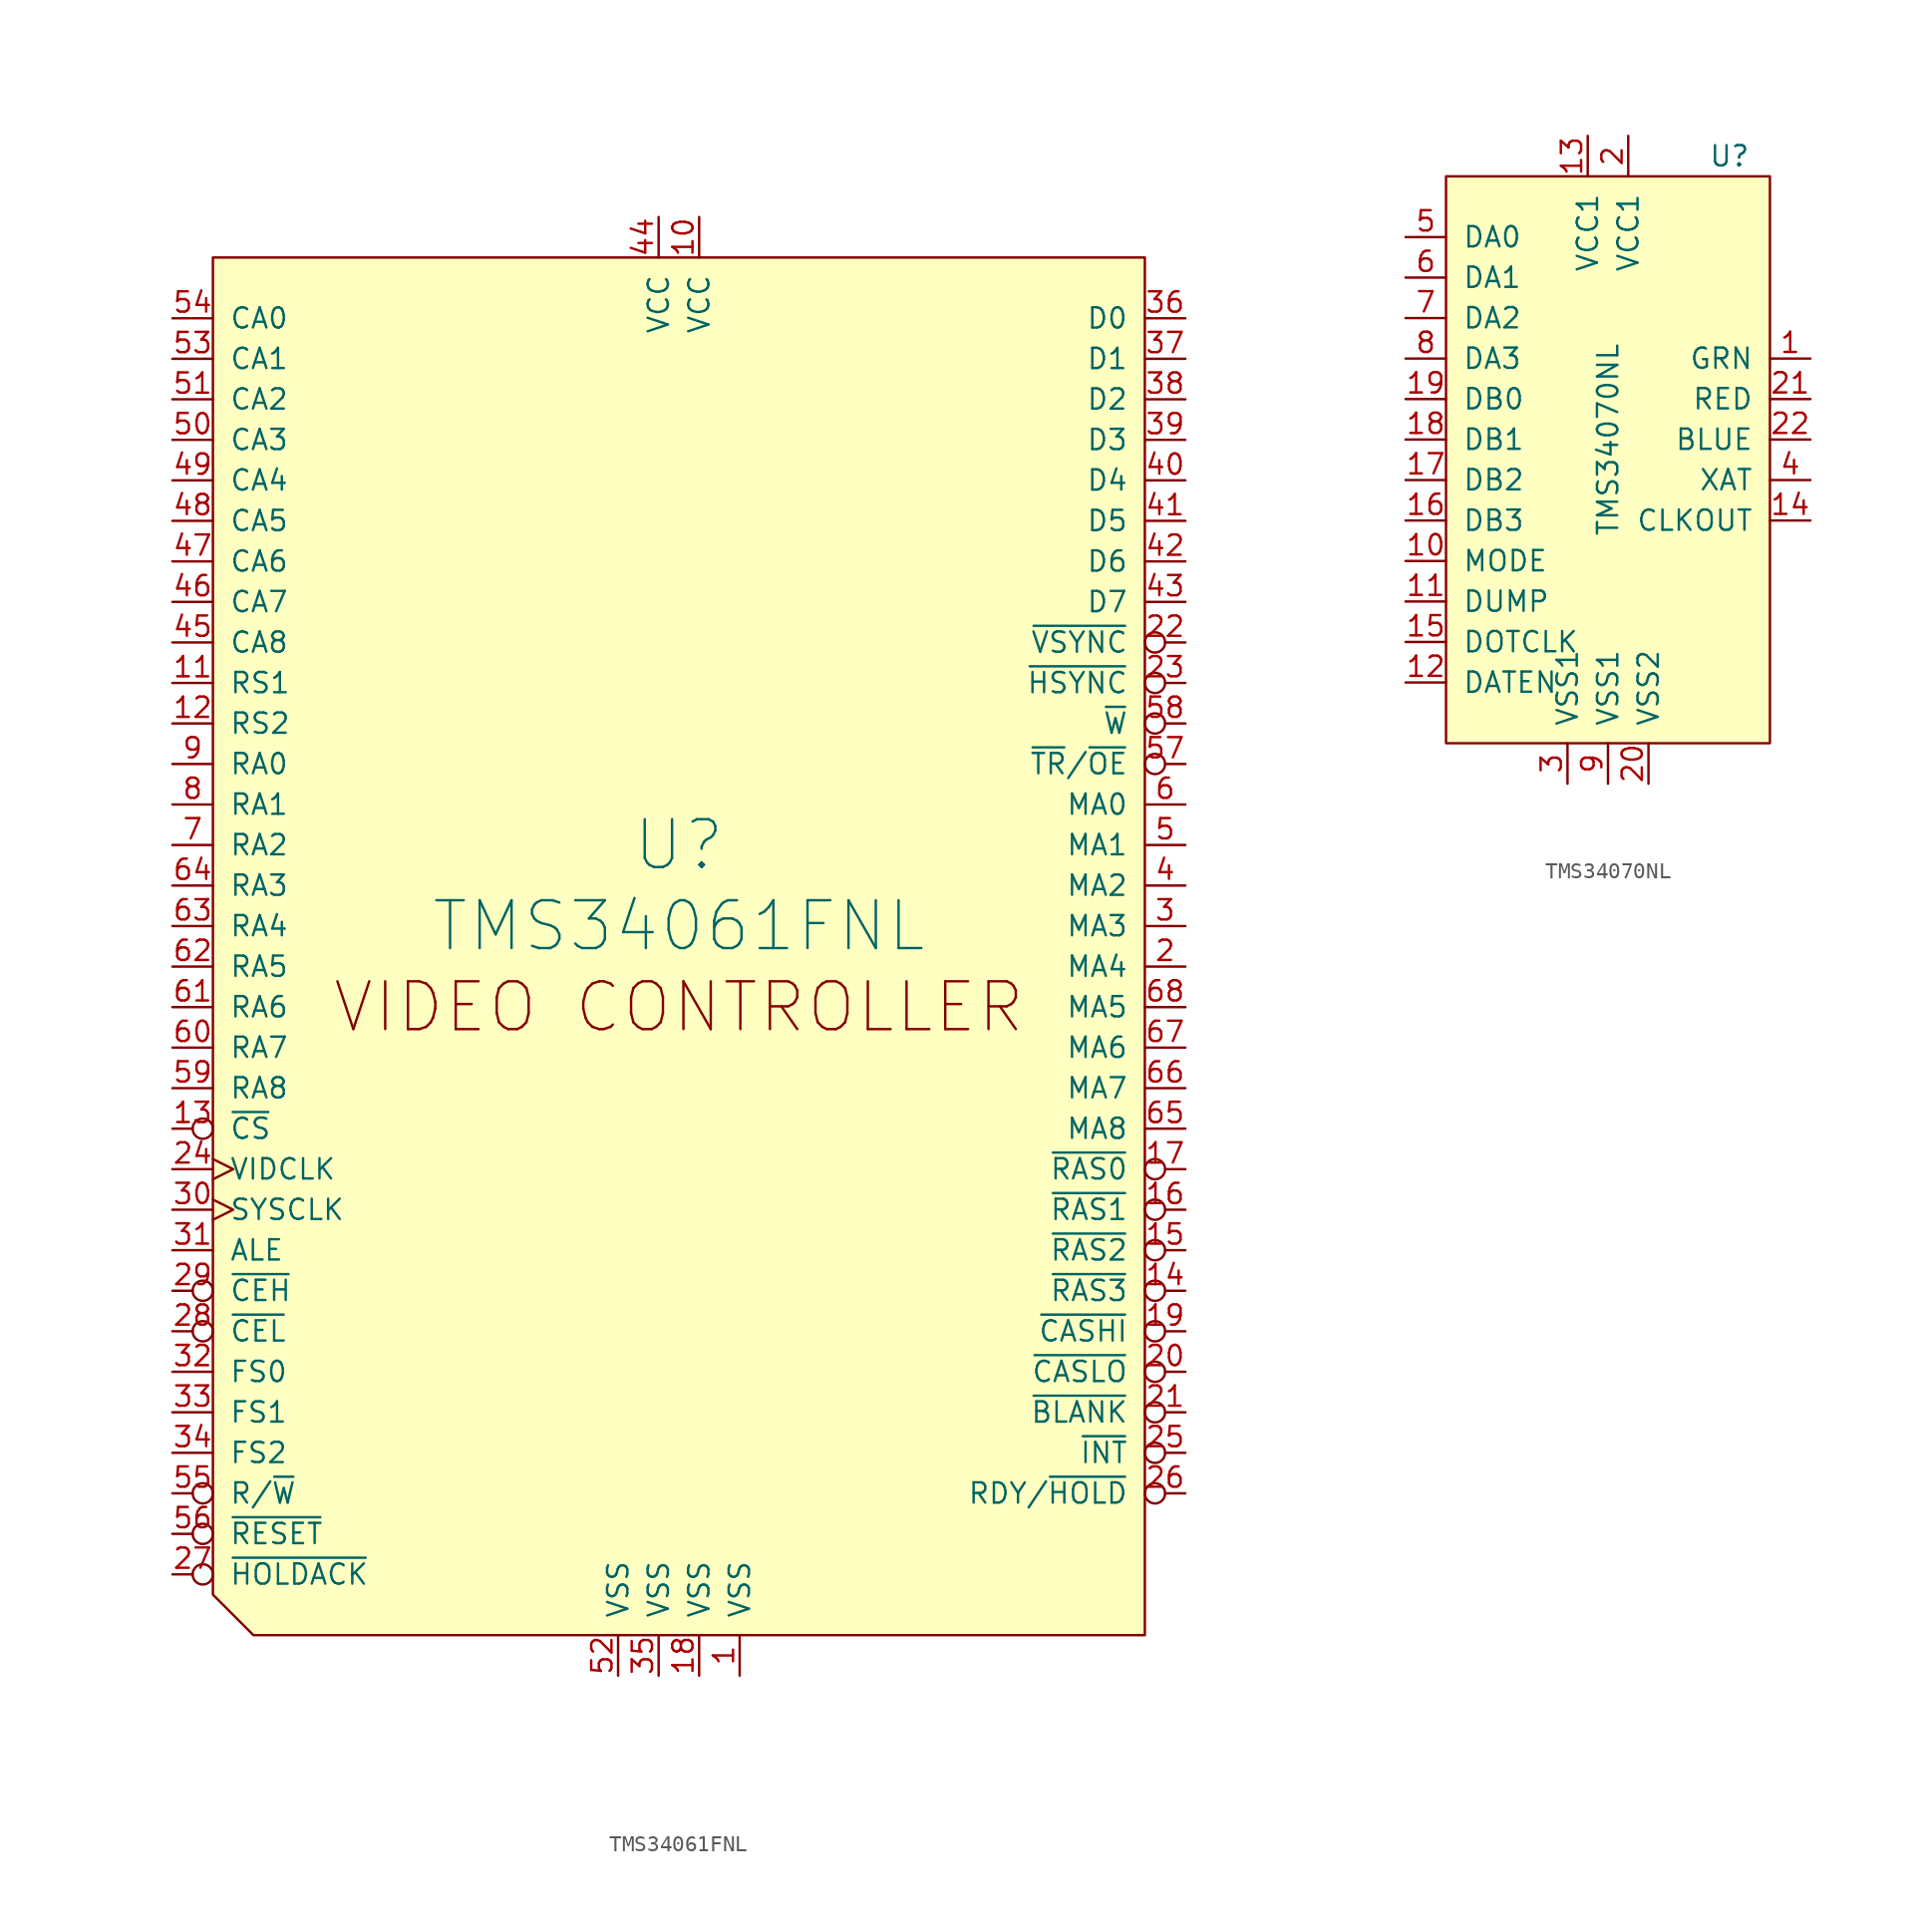
<source format=kicad_sym>
(kicad_symbol_lib
  (version 20211014)
  (generator kicad_symbol_editor)
  (symbol "TMS34061FNL"
    (pin_names
      (offset 1.016))
    (property "Reference" "U"
      (at 0 5.08 0)
      (effects (font (size 2.997 2.997))))
    (property "Value" "TMS34061FNL"
      (at 0 0 0)
      (effects (font (size 2.997 2.997))))
    (symbol "TMS34061FNL_0_0"
      (text "VIDEO CONTROLLER" (at 0 -5.08 0) (effects (font (size 2.997 2.997)))))
    (symbol "TMS34061FNL_0_1"
      (polyline (pts (xy -29.21 -40.64) (xy -29.21 -41.91) (xy -26.67 -44.45) (xy 29.21 -44.45) (xy 29.21 41.91) (xy -29.21 41.91) (xy -29.21 -40.64)) (stroke (width 0) (type default) (color 0 0 0 0)) (fill (type background))))
    (symbol "TMS34061FNL_1_1"
      (pin power_in line (at 3.81 -46.99 90) (length 2.54) (name "VSS" (effects (font (size 1.27 1.27)))) (number "1" (effects (font (size 1.27 1.27)))))
      (pin power_in line (at 1.27 44.45 270) (length 2.54) (name "VCC" (effects (font (size 1.27 1.27)))) (number "10" (effects (font (size 1.27 1.27)))))
      (pin input line (at -31.75 15.24 0) (length 2.54) (name "RS1" (effects (font (size 1.27 1.27)))) (number "11" (effects (font (size 1.27 1.27)))))
      (pin input line (at -31.75 12.7 0) (length 2.54) (name "RS2" (effects (font (size 1.27 1.27)))) (number "12" (effects (font (size 1.27 1.27)))))
      (pin input inverted (at -31.75 -12.7 0) (length 2.54) (name "~{CS}" (effects (font (size 1.27 1.27)))) (number "13" (effects (font (size 1.27 1.27)))))
      (pin output inverted (at 31.75 -22.86 180) (length 2.54) (name "~{RAS3}" (effects (font (size 1.27 1.27)))) (number "14" (effects (font (size 1.27 1.27)))))
      (pin output inverted (at 31.75 -20.32 180) (length 2.54) (name "~{RAS2}" (effects (font (size 1.27 1.27)))) (number "15" (effects (font (size 1.27 1.27)))))
      (pin output inverted (at 31.75 -17.78 180) (length 2.54) (name "~{RAS1}" (effects (font (size 1.27 1.27)))) (number "16" (effects (font (size 1.27 1.27)))))
      (pin output inverted (at 31.75 -15.24 180) (length 2.54) (name "~{RAS0}" (effects (font (size 1.27 1.27)))) (number "17" (effects (font (size 1.27 1.27)))))
      (pin power_in line (at 1.27 -46.99 90) (length 2.54) (name "VSS" (effects (font (size 1.27 1.27)))) (number "18" (effects (font (size 1.27 1.27)))))
      (pin output inverted (at 31.75 -25.4 180) (length 2.54) (name "~{CASHI}" (effects (font (size 1.27 1.27)))) (number "19" (effects (font (size 1.27 1.27)))))
      (pin output line (at 31.75 -2.54 180) (length 2.54) (name "MA4" (effects (font (size 1.27 1.27)))) (number "2" (effects (font (size 1.27 1.27)))))
      (pin output inverted (at 31.75 -27.94 180) (length 2.54) (name "~{CASLO}" (effects (font (size 1.27 1.27)))) (number "20" (effects (font (size 1.27 1.27)))))
      (pin output inverted (at 31.75 -30.48 180) (length 2.54) (name "~{BLANK}" (effects (font (size 1.27 1.27)))) (number "21" (effects (font (size 1.27 1.27)))))
      (pin bidirectional inverted (at 31.75 17.78 180) (length 2.54) (name "~{VSYNC}" (effects (font (size 1.27 1.27)))) (number "22" (effects (font (size 1.27 1.27)))))
      (pin bidirectional inverted (at 31.75 15.24 180) (length 2.54) (name "~{HSYNC}" (effects (font (size 1.27 1.27)))) (number "23" (effects (font (size 1.27 1.27)))))
      (pin input clock (at -31.75 -15.24 0) (length 2.54) (name "VIDCLK" (effects (font (size 1.27 1.27)))) (number "24" (effects (font (size 1.27 1.27)))))
      (pin output inverted (at 31.75 -33.02 180) (length 2.54) (name "~{INT}" (effects (font (size 1.27 1.27)))) (number "25" (effects (font (size 1.27 1.27)))))
      (pin output inverted (at 31.75 -35.56 180) (length 2.54) (name "RDY/~{HOLD}" (effects (font (size 1.27 1.27)))) (number "26" (effects (font (size 1.27 1.27)))))
      (pin input inverted (at -31.75 -40.64 0) (length 2.54) (name "~{HOLDACK}" (effects (font (size 1.27 1.27)))) (number "27" (effects (font (size 1.27 1.27)))))
      (pin input inverted (at -31.75 -25.4 0) (length 2.54) (name "~{CEL}" (effects (font (size 1.27 1.27)))) (number "28" (effects (font (size 1.27 1.27)))))
      (pin input inverted (at -31.75 -22.86 0) (length 2.54) (name "~{CEH}" (effects (font (size 1.27 1.27)))) (number "29" (effects (font (size 1.27 1.27)))))
      (pin output line (at 31.75 0 180) (length 2.54) (name "MA3" (effects (font (size 1.27 1.27)))) (number "3" (effects (font (size 1.27 1.27)))))
      (pin input clock (at -31.75 -17.78 0) (length 2.54) (name "SYSCLK" (effects (font (size 1.27 1.27)))) (number "30" (effects (font (size 1.27 1.27)))))
      (pin input line (at -31.75 -20.32 0) (length 2.54) (name "ALE" (effects (font (size 1.27 1.27)))) (number "31" (effects (font (size 1.27 1.27)))))
      (pin input line (at -31.75 -27.94 0) (length 2.54) (name "FS0" (effects (font (size 1.27 1.27)))) (number "32" (effects (font (size 1.27 1.27)))))
      (pin input line (at -31.75 -30.48 0) (length 2.54) (name "FS1" (effects (font (size 1.27 1.27)))) (number "33" (effects (font (size 1.27 1.27)))))
      (pin input line (at -31.75 -33.02 0) (length 2.54) (name "FS2" (effects (font (size 1.27 1.27)))) (number "34" (effects (font (size 1.27 1.27)))))
      (pin power_in line (at -1.27 -46.99 90) (length 2.54) (name "VSS" (effects (font (size 1.27 1.27)))) (number "35" (effects (font (size 1.27 1.27)))))
      (pin bidirectional line (at 31.75 38.1 180) (length 2.54) (name "D0" (effects (font (size 1.27 1.27)))) (number "36" (effects (font (size 1.27 1.27)))))
      (pin bidirectional line (at 31.75 35.56 180) (length 2.54) (name "D1" (effects (font (size 1.27 1.27)))) (number "37" (effects (font (size 1.27 1.27)))))
      (pin bidirectional line (at 31.75 33.02 180) (length 2.54) (name "D2" (effects (font (size 1.27 1.27)))) (number "38" (effects (font (size 1.27 1.27)))))
      (pin bidirectional line (at 31.75 30.48 180) (length 2.54) (name "D3" (effects (font (size 1.27 1.27)))) (number "39" (effects (font (size 1.27 1.27)))))
      (pin output line (at 31.75 2.54 180) (length 2.54) (name "MA2" (effects (font (size 1.27 1.27)))) (number "4" (effects (font (size 1.27 1.27)))))
      (pin bidirectional line (at 31.75 27.94 180) (length 2.54) (name "D4" (effects (font (size 1.27 1.27)))) (number "40" (effects (font (size 1.27 1.27)))))
      (pin bidirectional line (at 31.75 25.4 180) (length 2.54) (name "D5" (effects (font (size 1.27 1.27)))) (number "41" (effects (font (size 1.27 1.27)))))
      (pin bidirectional line (at 31.75 22.86 180) (length 2.54) (name "D6" (effects (font (size 1.27 1.27)))) (number "42" (effects (font (size 1.27 1.27)))))
      (pin bidirectional line (at 31.75 20.32 180) (length 2.54) (name "D7" (effects (font (size 1.27 1.27)))) (number "43" (effects (font (size 1.27 1.27)))))
      (pin power_in line (at -1.27 44.45 270) (length 2.54) (name "VCC" (effects (font (size 1.27 1.27)))) (number "44" (effects (font (size 1.27 1.27)))))
      (pin input line (at -31.75 17.78 0) (length 2.54) (name "CA8" (effects (font (size 1.27 1.27)))) (number "45" (effects (font (size 1.27 1.27)))))
      (pin input line (at -31.75 20.32 0) (length 2.54) (name "CA7" (effects (font (size 1.27 1.27)))) (number "46" (effects (font (size 1.27 1.27)))))
      (pin input line (at -31.75 22.86 0) (length 2.54) (name "CA6" (effects (font (size 1.27 1.27)))) (number "47" (effects (font (size 1.27 1.27)))))
      (pin input line (at -31.75 25.4 0) (length 2.54) (name "CA5" (effects (font (size 1.27 1.27)))) (number "48" (effects (font (size 1.27 1.27)))))
      (pin input line (at -31.75 27.94 0) (length 2.54) (name "CA4" (effects (font (size 1.27 1.27)))) (number "49" (effects (font (size 1.27 1.27)))))
      (pin output line (at 31.75 5.08 180) (length 2.54) (name "MA1" (effects (font (size 1.27 1.27)))) (number "5" (effects (font (size 1.27 1.27)))))
      (pin input line (at -31.75 30.48 0) (length 2.54) (name "CA3" (effects (font (size 1.27 1.27)))) (number "50" (effects (font (size 1.27 1.27)))))
      (pin input line (at -31.75 33.02 0) (length 2.54) (name "CA2" (effects (font (size 1.27 1.27)))) (number "51" (effects (font (size 1.27 1.27)))))
      (pin power_in line (at -3.81 -46.99 90) (length 2.54) (name "VSS" (effects (font (size 1.27 1.27)))) (number "52" (effects (font (size 1.27 1.27)))))
      (pin input line (at -31.75 35.56 0) (length 2.54) (name "CA1" (effects (font (size 1.27 1.27)))) (number "53" (effects (font (size 1.27 1.27)))))
      (pin input line (at -31.75 38.1 0) (length 2.54) (name "CA0" (effects (font (size 1.27 1.27)))) (number "54" (effects (font (size 1.27 1.27)))))
      (pin input inverted (at -31.75 -35.56 0) (length 2.54) (name "R/~{W}" (effects (font (size 1.27 1.27)))) (number "55" (effects (font (size 1.27 1.27)))))
      (pin input inverted (at -31.75 -38.1 0) (length 2.54) (name "~{RESET}" (effects (font (size 1.27 1.27)))) (number "56" (effects (font (size 1.27 1.27)))))
      (pin output inverted (at 31.75 10.16 180) (length 2.54) (name "~{TR}/~{OE}" (effects (font (size 1.27 1.27)))) (number "57" (effects (font (size 1.27 1.27)))))
      (pin output inverted (at 31.75 12.7 180) (length 2.54) (name "~{W}" (effects (font (size 1.27 1.27)))) (number "58" (effects (font (size 1.27 1.27)))))
      (pin input line (at -31.75 -10.16 0) (length 2.54) (name "RA8" (effects (font (size 1.27 1.27)))) (number "59" (effects (font (size 1.27 1.27)))))
      (pin output line (at 31.75 7.62 180) (length 2.54) (name "MA0" (effects (font (size 1.27 1.27)))) (number "6" (effects (font (size 1.27 1.27)))))
      (pin input line (at -31.75 -7.62 0) (length 2.54) (name "RA7" (effects (font (size 1.27 1.27)))) (number "60" (effects (font (size 1.27 1.27)))))
      (pin input line (at -31.75 -5.08 0) (length 2.54) (name "RA6" (effects (font (size 1.27 1.27)))) (number "61" (effects (font (size 1.27 1.27)))))
      (pin input line (at -31.75 -2.54 0) (length 2.54) (name "RA5" (effects (font (size 1.27 1.27)))) (number "62" (effects (font (size 1.27 1.27)))))
      (pin input line (at -31.75 0 0) (length 2.54) (name "RA4" (effects (font (size 1.27 1.27)))) (number "63" (effects (font (size 1.27 1.27)))))
      (pin input line (at -31.75 2.54 0) (length 2.54) (name "RA3" (effects (font (size 1.27 1.27)))) (number "64" (effects (font (size 1.27 1.27)))))
      (pin output line (at 31.75 -12.7 180) (length 2.54) (name "MA8" (effects (font (size 1.27 1.27)))) (number "65" (effects (font (size 1.27 1.27)))))
      (pin output line (at 31.75 -10.16 180) (length 2.54) (name "MA7" (effects (font (size 1.27 1.27)))) (number "66" (effects (font (size 1.27 1.27)))))
      (pin output line (at 31.75 -7.62 180) (length 2.54) (name "MA6" (effects (font (size 1.27 1.27)))) (number "67" (effects (font (size 1.27 1.27)))))
      (pin output line (at 31.75 -5.08 180) (length 2.54) (name "MA5" (effects (font (size 1.27 1.27)))) (number "68" (effects (font (size 1.27 1.27)))))
      (pin input line (at -31.75 5.08 0) (length 2.54) (name "RA2" (effects (font (size 1.27 1.27)))) (number "7" (effects (font (size 1.27 1.27)))))
      (pin input line (at -31.75 7.62 0) (length 2.54) (name "RA1" (effects (font (size 1.27 1.27)))) (number "8" (effects (font (size 1.27 1.27)))))
      (pin input line (at -31.75 10.16 0) (length 2.54) (name "RA0" (effects (font (size 1.27 1.27)))) (number "9" (effects (font (size 1.27 1.27)))))))
  (symbol "TMS34070NL"
    (pin_names
      (offset 1.016))
    (property "Reference" "U"
      (at 7.62 17.78 0)
      (effects (font (size 1.27 1.27))))
    (property "Value" "TMS34070NL"
      (at 0 0 90)
      (effects (font (size 1.27 1.27))))
    (symbol "TMS34070NL_0_1"
      (rectangle (start -10.16 16.51) (end 10.16 -19.05) (stroke (width 0) (type default) (color 0 0 0 0)) (fill (type background))))
    (symbol "TMS34070NL_1_1"
      (pin output line (at 12.7 5.08 180) (length 2.54) (name "GRN" (effects (font (size 1.27 1.27)))) (number "1" (effects (font (size 1.27 1.27)))))
      (pin input line (at -12.7 -7.62 0) (length 2.54) (name "MODE" (effects (font (size 1.27 1.27)))) (number "10" (effects (font (size 1.27 1.27)))))
      (pin input line (at -12.7 -10.16 0) (length 2.54) (name "DUMP" (effects (font (size 1.27 1.27)))) (number "11" (effects (font (size 1.27 1.27)))))
      (pin input line (at -12.7 -15.24 0) (length 2.54) (name "DATEN" (effects (font (size 1.27 1.27)))) (number "12" (effects (font (size 1.27 1.27)))))
      (pin power_in line (at -1.27 19.05 270) (length 2.54) (name "VCC1" (effects (font (size 1.27 1.27)))) (number "13" (effects (font (size 1.27 1.27)))))
      (pin output line (at 12.7 -5.08 180) (length 2.54) (name "CLKOUT" (effects (font (size 1.27 1.27)))) (number "14" (effects (font (size 1.27 1.27)))))
      (pin input line (at -12.7 -12.7 0) (length 2.54) (name "DOTCLK" (effects (font (size 1.27 1.27)))) (number "15" (effects (font (size 1.27 1.27)))))
      (pin bidirectional line (at -12.7 -5.08 0) (length 2.54) (name "DB3" (effects (font (size 1.27 1.27)))) (number "16" (effects (font (size 1.27 1.27)))))
      (pin bidirectional line (at -12.7 -2.54 0) (length 2.54) (name "DB2" (effects (font (size 1.27 1.27)))) (number "17" (effects (font (size 1.27 1.27)))))
      (pin bidirectional line (at -12.7 0 0) (length 2.54) (name "DB1" (effects (font (size 1.27 1.27)))) (number "18" (effects (font (size 1.27 1.27)))))
      (pin bidirectional line (at -12.7 2.54 0) (length 2.54) (name "DB0" (effects (font (size 1.27 1.27)))) (number "19" (effects (font (size 1.27 1.27)))))
      (pin power_in line (at 1.27 19.05 270) (length 2.54) (name "VCC1" (effects (font (size 1.27 1.27)))) (number "2" (effects (font (size 1.27 1.27)))))
      (pin power_in line (at 2.54 -21.59 90) (length 2.54) (name "VSS2" (effects (font (size 1.27 1.27)))) (number "20" (effects (font (size 1.27 1.27)))))
      (pin output line (at 12.7 2.54 180) (length 2.54) (name "RED" (effects (font (size 1.27 1.27)))) (number "21" (effects (font (size 1.27 1.27)))))
      (pin output line (at 12.7 0 180) (length 2.54) (name "BLUE" (effects (font (size 1.27 1.27)))) (number "22" (effects (font (size 1.27 1.27)))))
      (pin power_in line (at -2.54 -21.59 90) (length 2.54) (name "VSS1" (effects (font (size 1.27 1.27)))) (number "3" (effects (font (size 1.27 1.27)))))
      (pin output line (at 12.7 -2.54 180) (length 2.54) (name "XAT" (effects (font (size 1.27 1.27)))) (number "4" (effects (font (size 1.27 1.27)))))
      (pin bidirectional line (at -12.7 12.7 0) (length 2.54) (name "DA0" (effects (font (size 1.27 1.27)))) (number "5" (effects (font (size 1.27 1.27)))))
      (pin bidirectional line (at -12.7 10.16 0) (length 2.54) (name "DA1" (effects (font (size 1.27 1.27)))) (number "6" (effects (font (size 1.27 1.27)))))
      (pin bidirectional line (at -12.7 7.62 0) (length 2.54) (name "DA2" (effects (font (size 1.27 1.27)))) (number "7" (effects (font (size 1.27 1.27)))))
      (pin bidirectional line (at -12.7 5.08 0) (length 2.54) (name "DA3" (effects (font (size 1.27 1.27)))) (number "8" (effects (font (size 1.27 1.27)))))
      (pin power_in line (at 0 -21.59 90) (length 2.54) (name "VSS1" (effects (font (size 1.27 1.27)))) (number "9" (effects (font (size 1.27 1.27))))))))
</source>
